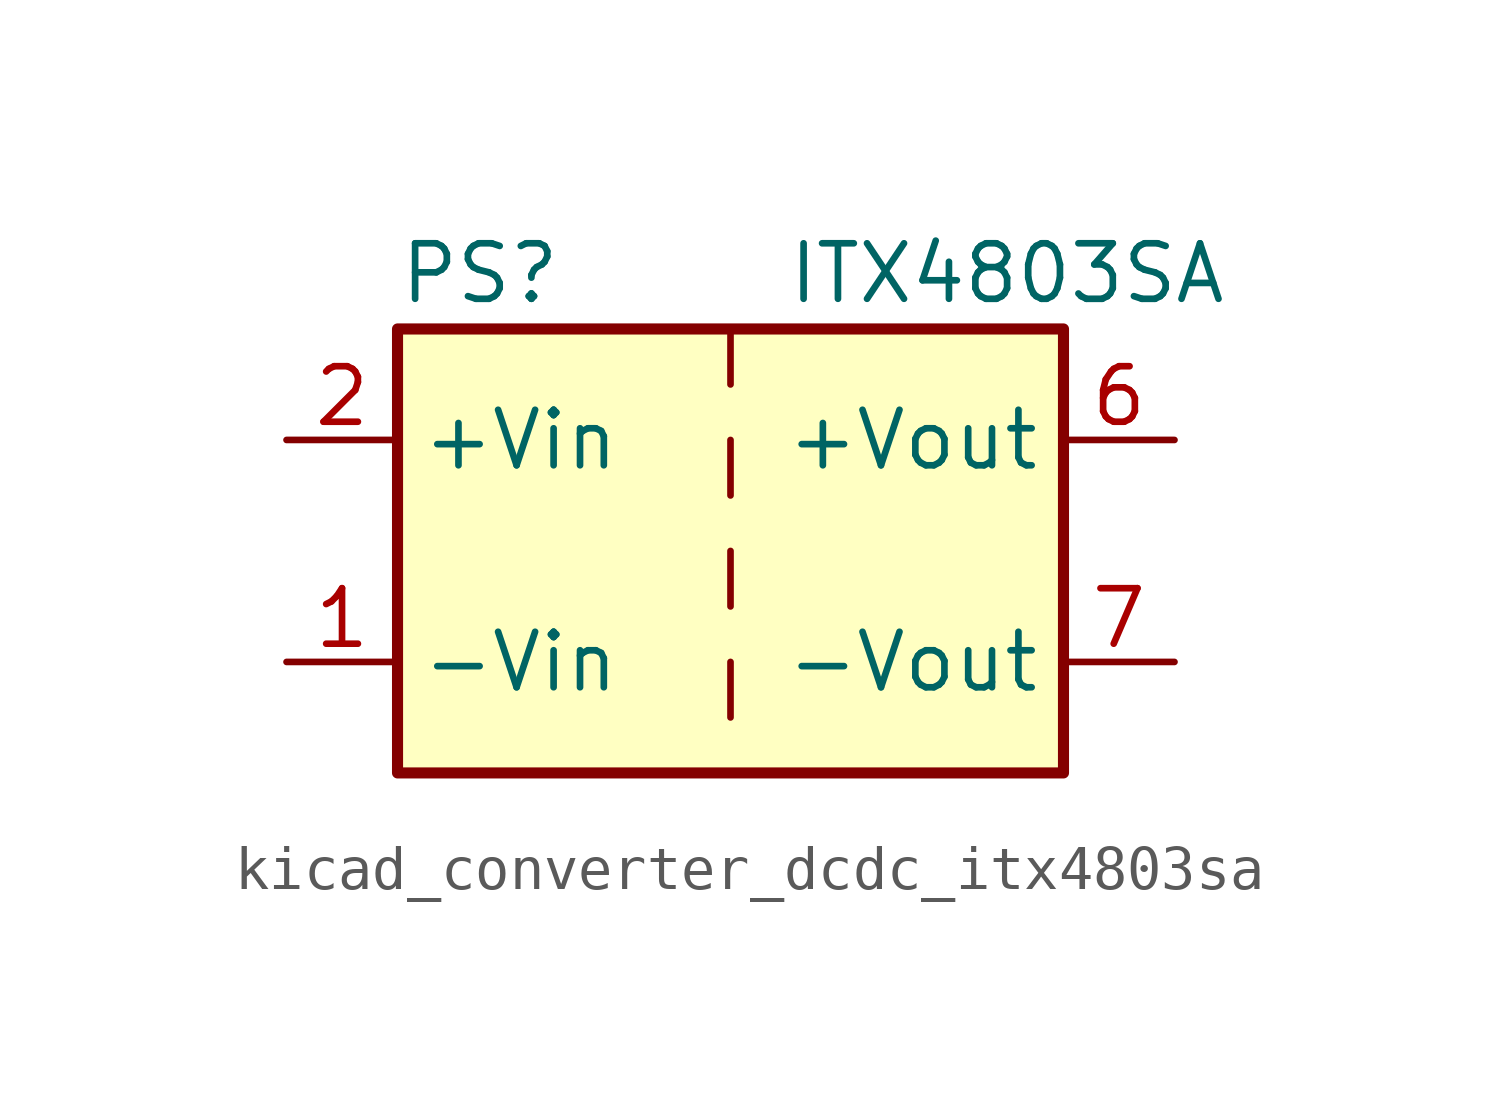
<source format=kicad_sym>
(kicad_symbol_lib
  (version 20220914)
  (generator kicad_symbol_editor)
  (symbol "kicad_converter_dcdc_itx4803sa"
    (property "Reference" "PS"
      (at -7.62 6.35 0)
      (effects (font (size 1.27 1.27)) (justify left)))
    (property "Value" "ITX4803SA"
      (at 1.27 6.35 0)
      (effects (font (size 1.27 1.27)) (justify left)))
    (symbol "kicad_converter_dcdc_itx4803sa_0_0"
      (pin power_in line (at -10.16 -2.54 0) (length 2.54) (name "-Vin" (effects (font (size 1.27 1.27)))) (number "1" (effects (font (size 1.27 1.27)))))
      (pin power_in line (at -10.16 2.54 0) (length 2.54) (name "+Vin" (effects (font (size 1.27 1.27)))) (number "2" (effects (font (size 1.27 1.27)))))
      (pin power_out line (at 10.16 2.54 180) (length 2.54) (name "+Vout" (effects (font (size 1.27 1.27)))) (number "6" (effects (font (size 1.27 1.27)))))
      (pin power_out line (at 10.16 -2.54 180) (length 2.54) (name "-Vout" (effects (font (size 1.27 1.27)))) (number "7" (effects (font (size 1.27 1.27)))))
      (pin no_connect line (at 7.62 0 180) (length 2.54) hide (name "NC" (effects (font (size 1.27 1.27)))) (number "8" (effects (font (size 1.27 1.27))))))
    (symbol "kicad_converter_dcdc_itx4803sa_0_1"
      (rectangle (start -7.62 5.08) (end 7.62 -5.08) (stroke (width 0.254) (type default)) (fill (type background)))
      (polyline (pts (xy 0 -2.54) (xy 0 -3.81)) (stroke (width 0) (type default)) (fill (type none)))
      (polyline (pts (xy 0 0) (xy 0 -1.27)) (stroke (width 0) (type default)) (fill (type none)))
      (polyline (pts (xy 0 2.54) (xy 0 1.27)) (stroke (width 0) (type default)) (fill (type none)))
      (polyline (pts (xy 0 5.08) (xy 0 3.81)) (stroke (width 0) (type default)) (fill (type none))))))
</source>
